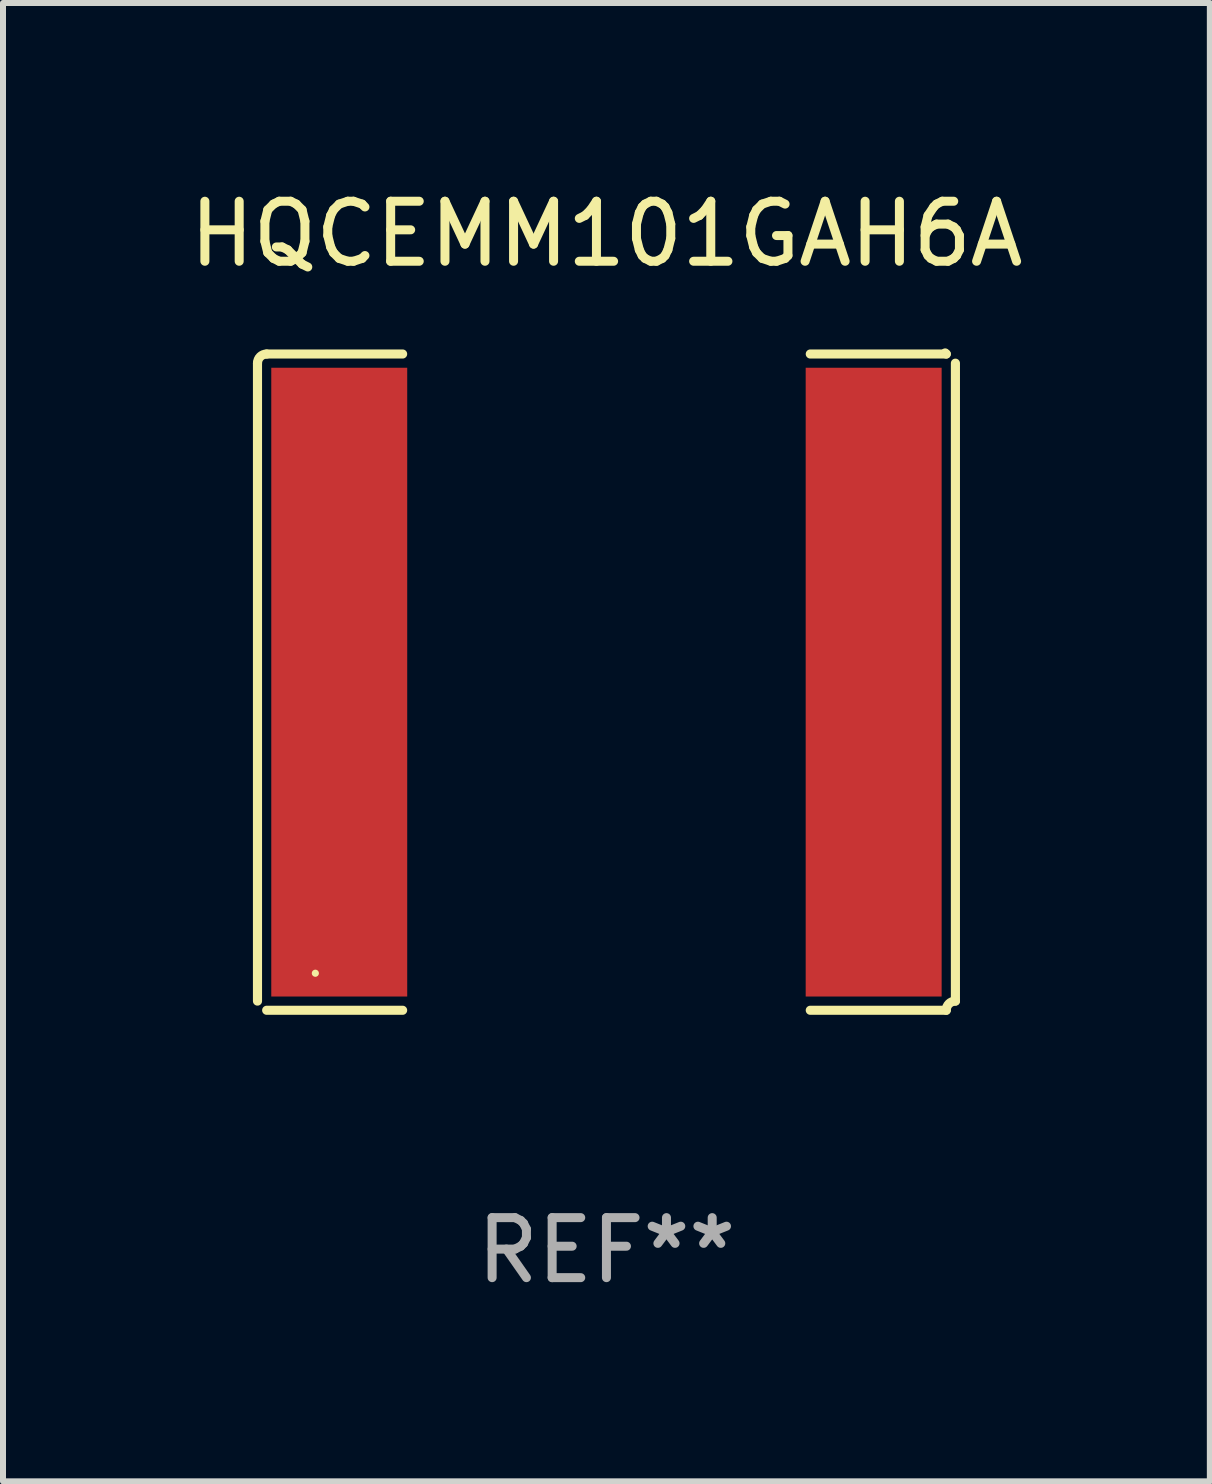
<source format=kicad_pcb>
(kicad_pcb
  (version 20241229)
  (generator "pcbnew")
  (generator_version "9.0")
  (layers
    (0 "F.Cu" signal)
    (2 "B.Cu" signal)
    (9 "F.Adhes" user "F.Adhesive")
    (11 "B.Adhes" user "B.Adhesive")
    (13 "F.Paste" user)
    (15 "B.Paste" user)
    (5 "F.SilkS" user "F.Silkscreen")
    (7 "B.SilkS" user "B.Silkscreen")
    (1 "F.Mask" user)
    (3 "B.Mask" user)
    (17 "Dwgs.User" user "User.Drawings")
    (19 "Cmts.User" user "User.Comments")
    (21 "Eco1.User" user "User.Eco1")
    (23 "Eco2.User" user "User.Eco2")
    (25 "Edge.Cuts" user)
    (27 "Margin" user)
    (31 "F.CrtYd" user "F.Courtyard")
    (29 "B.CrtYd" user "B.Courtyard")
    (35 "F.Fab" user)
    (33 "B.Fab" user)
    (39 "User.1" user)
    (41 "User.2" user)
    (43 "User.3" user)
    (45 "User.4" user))
  (footprint "HQCEMM101GAH6A"
    (layer "F.Cu")
    (at 7.054 8.315)
    (property "Reference" "HQCEMM101GAH6A" (at 0 -7.467 0) (layer "F.SilkS") (effects (font (size 1 1) (thickness 0.15))))
    (attr through_hole)
    (fp_line (start -5.814 -5.314) (end -5.814 5.314) (stroke (width 0.152) (type solid)) (layer "F.SilkS"))
    (fp_line (start -5.661 5.467) (end -3.396 5.467) (stroke (width 0.152) (type solid)) (layer "F.SilkS"))
    (fp_line (start -3.396 -5.467) (end -5.661 -5.467) (stroke (width 0.152) (type solid)) (layer "F.SilkS"))
    (fp_line (start 3.396 -5.467) (end 5.661 -5.467) (stroke (width 0.152) (type solid)) (layer "F.SilkS"))
    (fp_line (start 5.661 5.467) (end 3.396 5.467) (stroke (width 0.152) (type solid)) (layer "F.SilkS"))
    (fp_line (start 5.814 -5.314) (end 5.814 5.314) (stroke (width 0.152) (type solid)) (layer "F.SilkS"))
    (fp_arc (start -5.813599 -5.314201) (mid -5.768962 -5.421963) (end -5.661199 -5.466599) (stroke (width 0.1524) (type solid)) (layer "F.SilkS"))
    (fp_arc (start -5.813599 5.314201) (mid -5.804682 5.323116) (end -5.795765 5.332031) (stroke (width 0.1524) (type solid)) (layer "F.SilkS"))
    (fp_arc (start 5.661199 -5.466599) (mid 5.652283 -5.475515) (end 5.643366 -5.48443) (stroke (width 0.1524) (type solid)) (layer "F.SilkS"))
    (fp_arc (start 5.661199 5.466599) (mid 5.705836 5.358837) (end 5.813599 5.314201) (stroke (width 0.1524) (type solid)) (layer "F.SilkS"))
    (fp_circle (center -4.85 4.85) (end -4.82 4.85) (stroke (width 0.06) (type solid)) (fill no) (layer "F.SilkS"))
    (fp_text user "REF**" (at 0 9.467 0) (layer "F.Fab") (effects (font (size 1 1) (thickness 0.15))))
    (pad "1" smd rect (at -4.452 0) (size 2.265 10.476) (layers "F.Cu" "F.Mask" "F.Paste"))
    (pad "2" smd rect (at 4.452 0) (size 2.265 10.476) (layers "F.Cu" "F.Mask" "F.Paste")))
  (gr_rect
    (start -3 -3)
    (end 17.107 21.63)
    (stroke (width 0.1) (type default))
    (fill no)
    (layer "Edge.Cuts")))
</source>
